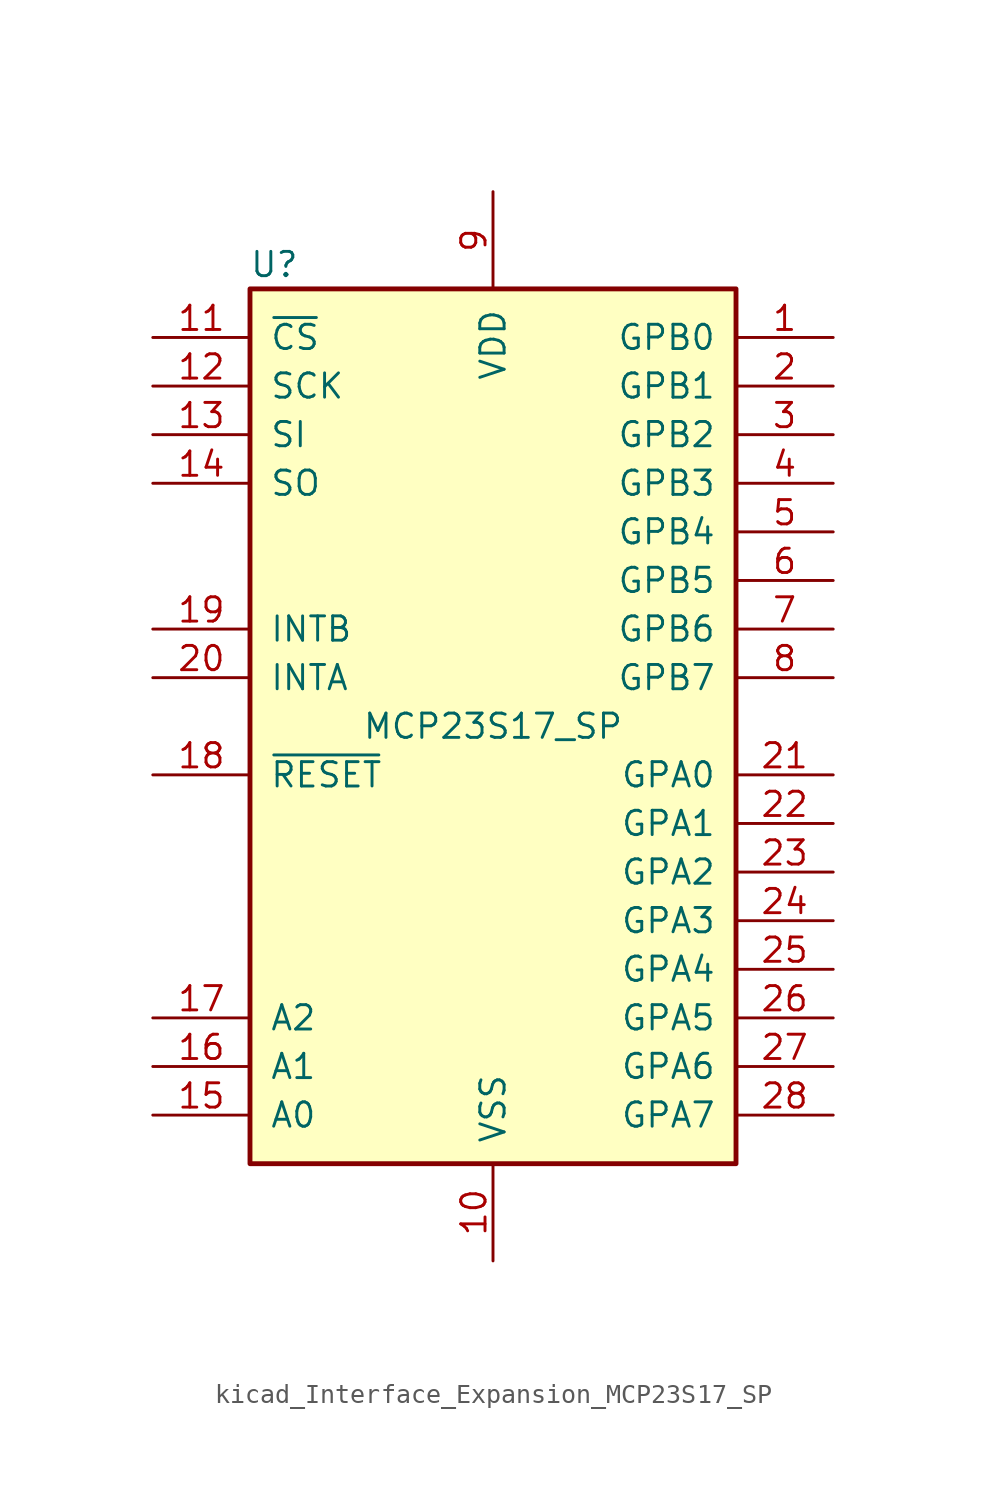
<source format=kicad_sym>
(kicad_symbol_lib
  (version 20220914)
  (generator kicad_symbol_editor)
  (symbol "kicad_Interface_Expansion_MCP23S17_SP"
    (pin_names
      (offset 1.016))
    (property "Reference" "U"
      (at -11.43 24.13 0)
      (effects (font (size 1.27 1.27))))
    (property "Value" "MCP23S17_SP"
      (at 0 0 0)
      (effects (font (size 1.27 1.27))))
    (symbol "kicad_Interface_Expansion_MCP23S17_SP_0_1"
      (rectangle (start -12.7 22.86) (end 12.7 -22.86) (stroke (width 0.254) (type default)) (fill (type background))))
    (symbol "kicad_Interface_Expansion_MCP23S17_SP_1_1"
      (pin bidirectional line (at 17.78 20.32 180) (length 5.08) (name "GPB0" (effects (font (size 1.27 1.27)))) (number "1" (effects (font (size 1.27 1.27)))))
      (pin power_in line (at 0 -27.94 90) (length 5.08) (name "VSS" (effects (font (size 1.27 1.27)))) (number "10" (effects (font (size 1.27 1.27)))))
      (pin input line (at -17.78 20.32 0) (length 5.08) (name "~{CS}" (effects (font (size 1.27 1.27)))) (number "11" (effects (font (size 1.27 1.27)))))
      (pin input line (at -17.78 17.78 0) (length 5.08) (name "SCK" (effects (font (size 1.27 1.27)))) (number "12" (effects (font (size 1.27 1.27)))))
      (pin input line (at -17.78 15.24 0) (length 5.08) (name "SI" (effects (font (size 1.27 1.27)))) (number "13" (effects (font (size 1.27 1.27)))))
      (pin output line (at -17.78 12.7 0) (length 5.08) (name "SO" (effects (font (size 1.27 1.27)))) (number "14" (effects (font (size 1.27 1.27)))))
      (pin input line (at -17.78 -20.32 0) (length 5.08) (name "A0" (effects (font (size 1.27 1.27)))) (number "15" (effects (font (size 1.27 1.27)))))
      (pin input line (at -17.78 -17.78 0) (length 5.08) (name "A1" (effects (font (size 1.27 1.27)))) (number "16" (effects (font (size 1.27 1.27)))))
      (pin input line (at -17.78 -15.24 0) (length 5.08) (name "A2" (effects (font (size 1.27 1.27)))) (number "17" (effects (font (size 1.27 1.27)))))
      (pin input line (at -17.78 -2.54 0) (length 5.08) (name "~{RESET}" (effects (font (size 1.27 1.27)))) (number "18" (effects (font (size 1.27 1.27)))))
      (pin tri_state line (at -17.78 5.08 0) (length 5.08) (name "INTB" (effects (font (size 1.27 1.27)))) (number "19" (effects (font (size 1.27 1.27)))))
      (pin bidirectional line (at 17.78 17.78 180) (length 5.08) (name "GPB1" (effects (font (size 1.27 1.27)))) (number "2" (effects (font (size 1.27 1.27)))))
      (pin tri_state line (at -17.78 2.54 0) (length 5.08) (name "INTA" (effects (font (size 1.27 1.27)))) (number "20" (effects (font (size 1.27 1.27)))))
      (pin bidirectional line (at 17.78 -2.54 180) (length 5.08) (name "GPA0" (effects (font (size 1.27 1.27)))) (number "21" (effects (font (size 1.27 1.27)))))
      (pin bidirectional line (at 17.78 -5.08 180) (length 5.08) (name "GPA1" (effects (font (size 1.27 1.27)))) (number "22" (effects (font (size 1.27 1.27)))))
      (pin bidirectional line (at 17.78 -7.62 180) (length 5.08) (name "GPA2" (effects (font (size 1.27 1.27)))) (number "23" (effects (font (size 1.27 1.27)))))
      (pin bidirectional line (at 17.78 -10.16 180) (length 5.08) (name "GPA3" (effects (font (size 1.27 1.27)))) (number "24" (effects (font (size 1.27 1.27)))))
      (pin bidirectional line (at 17.78 -12.7 180) (length 5.08) (name "GPA4" (effects (font (size 1.27 1.27)))) (number "25" (effects (font (size 1.27 1.27)))))
      (pin bidirectional line (at 17.78 -15.24 180) (length 5.08) (name "GPA5" (effects (font (size 1.27 1.27)))) (number "26" (effects (font (size 1.27 1.27)))))
      (pin bidirectional line (at 17.78 -17.78 180) (length 5.08) (name "GPA6" (effects (font (size 1.27 1.27)))) (number "27" (effects (font (size 1.27 1.27)))))
      (pin bidirectional line (at 17.78 -20.32 180) (length 5.08) (name "GPA7" (effects (font (size 1.27 1.27)))) (number "28" (effects (font (size 1.27 1.27)))))
      (pin bidirectional line (at 17.78 15.24 180) (length 5.08) (name "GPB2" (effects (font (size 1.27 1.27)))) (number "3" (effects (font (size 1.27 1.27)))))
      (pin bidirectional line (at 17.78 12.7 180) (length 5.08) (name "GPB3" (effects (font (size 1.27 1.27)))) (number "4" (effects (font (size 1.27 1.27)))))
      (pin bidirectional line (at 17.78 10.16 180) (length 5.08) (name "GPB4" (effects (font (size 1.27 1.27)))) (number "5" (effects (font (size 1.27 1.27)))))
      (pin bidirectional line (at 17.78 7.62 180) (length 5.08) (name "GPB5" (effects (font (size 1.27 1.27)))) (number "6" (effects (font (size 1.27 1.27)))))
      (pin bidirectional line (at 17.78 5.08 180) (length 5.08) (name "GPB6" (effects (font (size 1.27 1.27)))) (number "7" (effects (font (size 1.27 1.27)))))
      (pin bidirectional line (at 17.78 2.54 180) (length 5.08) (name "GPB7" (effects (font (size 1.27 1.27)))) (number "8" (effects (font (size 1.27 1.27)))))
      (pin power_in line (at 0 27.94 270) (length 5.08) (name "VDD" (effects (font (size 1.27 1.27)))) (number "9" (effects (font (size 1.27 1.27))))))))
</source>
